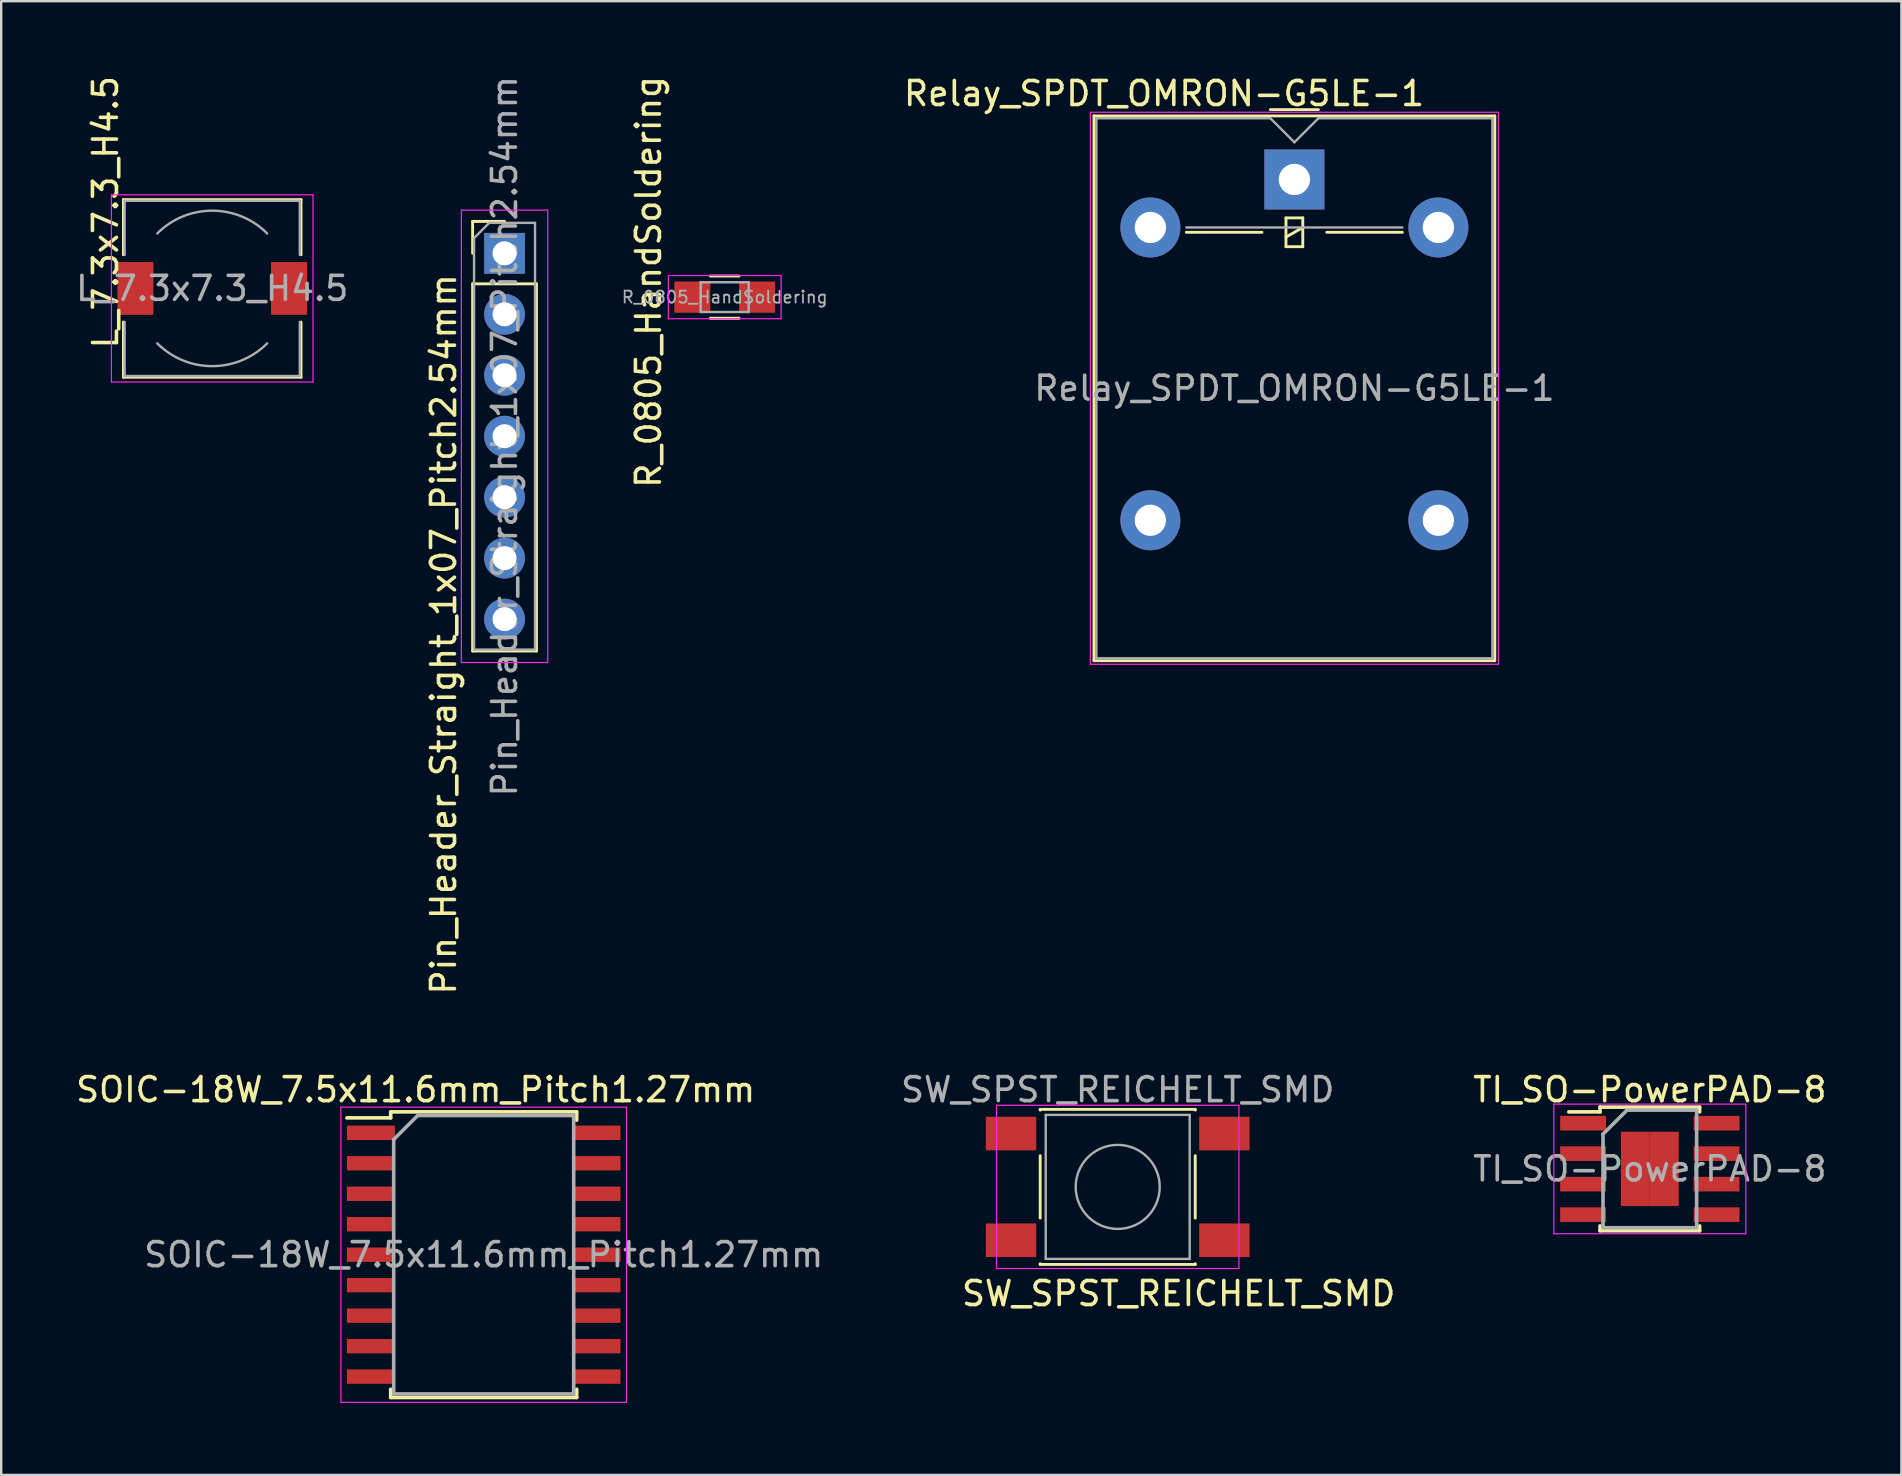
<source format=kicad_pcb>
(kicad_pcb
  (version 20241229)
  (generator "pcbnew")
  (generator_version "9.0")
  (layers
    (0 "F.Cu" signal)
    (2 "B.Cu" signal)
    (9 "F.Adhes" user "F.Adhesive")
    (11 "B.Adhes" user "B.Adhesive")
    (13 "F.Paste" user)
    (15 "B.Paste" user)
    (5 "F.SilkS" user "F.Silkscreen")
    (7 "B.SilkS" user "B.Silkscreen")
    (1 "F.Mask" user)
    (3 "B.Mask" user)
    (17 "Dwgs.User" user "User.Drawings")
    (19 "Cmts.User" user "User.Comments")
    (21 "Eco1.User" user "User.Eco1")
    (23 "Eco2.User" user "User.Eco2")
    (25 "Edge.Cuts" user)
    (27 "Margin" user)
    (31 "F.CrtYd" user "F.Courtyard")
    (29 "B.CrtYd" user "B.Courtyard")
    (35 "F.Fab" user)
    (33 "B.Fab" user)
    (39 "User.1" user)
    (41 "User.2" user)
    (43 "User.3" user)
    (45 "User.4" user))
  (footprint "SOIC-18W_7.5x11.6mm_Pitch1.27mm"
    (layer "F.Cu")
    (at 17.103 49.228)
    (property "Reference" "SOIC-18W_7.5x11.6mm_Pitch1.27mm" (at -2.835 -6.875 0) (layer "F.SilkS") (effects (font (size 1 1) (thickness 0.15))))
    (attr smd)
    (fp_line (start -3.875 -5.95) (end -3.875 -5.7) (stroke (width 0.15) (type solid)) (layer "F.SilkS"))
    (fp_line (start -3.875 -5.95) (end 3.875 -5.95) (stroke (width 0.15) (type solid)) (layer "F.SilkS"))
    (fp_line (start -3.875 -5.7) (end -5.7 -5.7) (stroke (width 0.15) (type solid)) (layer "F.SilkS"))
    (fp_line (start -3.875 5.95) (end -3.875 5.605) (stroke (width 0.15) (type solid)) (layer "F.SilkS"))
    (fp_line (start -3.875 5.95) (end 3.875 5.95) (stroke (width 0.15) (type solid)) (layer "F.SilkS"))
    (fp_line (start 3.875 -5.95) (end 3.875 -5.605) (stroke (width 0.15) (type solid)) (layer "F.SilkS"))
    (fp_line (start 3.875 5.95) (end 3.875 5.605) (stroke (width 0.15) (type solid)) (layer "F.SilkS"))
    (fp_line (start -5.95 -6.15) (end -5.95 6.15) (stroke (width 0.05) (type solid)) (layer "F.CrtYd"))
    (fp_line (start -5.95 -6.15) (end 5.95 -6.15) (stroke (width 0.05) (type solid)) (layer "F.CrtYd"))
    (fp_line (start -5.95 6.15) (end 5.95 6.15) (stroke (width 0.05) (type solid)) (layer "F.CrtYd"))
    (fp_line (start 5.95 -6.15) (end 5.95 6.15) (stroke (width 0.05) (type solid)) (layer "F.CrtYd"))
    (fp_line (start -3.75 -4.8) (end -2.75 -5.8) (stroke (width 0.15) (type solid)) (layer "F.Fab"))
    (fp_line (start -3.75 5.8) (end -3.75 -4.8) (stroke (width 0.15) (type solid)) (layer "F.Fab"))
    (fp_line (start -2.75 -5.8) (end 3.75 -5.8) (stroke (width 0.15) (type solid)) (layer "F.Fab"))
    (fp_line (start 3.75 -5.8) (end 3.75 5.8) (stroke (width 0.15) (type solid)) (layer "F.Fab"))
    (fp_line (start 3.75 5.8) (end -3.75 5.8) (stroke (width 0.15) (type solid)) (layer "F.Fab"))
    (fp_text user "${REFERENCE}" (at 0 0 0) (layer "F.Fab") (effects (font (size 1 1) (thickness 0.15))))
    (pad "1" smd rect (at -4.7 -5.08) (size 2 0.6) (layers "F.Cu" "F.Mask" "F.Paste"))
    (pad "2" smd rect (at -4.7 -3.81) (size 2 0.6) (layers "F.Cu" "F.Mask" "F.Paste"))
    (pad "3" smd rect (at -4.7 -2.54) (size 2 0.6) (layers "F.Cu" "F.Mask" "F.Paste"))
    (pad "4" smd rect (at -4.7 -1.27) (size 2 0.6) (layers "F.Cu" "F.Mask" "F.Paste"))
    (pad "5" smd rect (at -4.7 0) (size 2 0.6) (layers "F.Cu" "F.Mask" "F.Paste"))
    (pad "6" smd rect (at -4.7 1.27) (size 2 0.6) (layers "F.Cu" "F.Mask" "F.Paste"))
    (pad "7" smd rect (at -4.7 2.54) (size 2 0.6) (layers "F.Cu" "F.Mask" "F.Paste"))
    (pad "8" smd rect (at -4.7 3.81) (size 2 0.6) (layers "F.Cu" "F.Mask" "F.Paste"))
    (pad "9" smd rect (at -4.7 5.08) (size 2 0.6) (layers "F.Cu" "F.Mask" "F.Paste"))
    (pad "10" smd rect (at 4.7 5.08) (size 2 0.6) (layers "F.Cu" "F.Mask" "F.Paste"))
    (pad "11" smd rect (at 4.7 3.81) (size 2 0.6) (layers "F.Cu" "F.Mask" "F.Paste"))
    (pad "12" smd rect (at 4.7 2.54) (size 2 0.6) (layers "F.Cu" "F.Mask" "F.Paste"))
    (pad "13" smd rect (at 4.7 1.27) (size 2 0.6) (layers "F.Cu" "F.Mask" "F.Paste"))
    (pad "14" smd rect (at 4.7 0) (size 2 0.6) (layers "F.Cu" "F.Mask" "F.Paste"))
    (pad "15" smd rect (at 4.7 -1.27) (size 2 0.6) (layers "F.Cu" "F.Mask" "F.Paste"))
    (pad "16" smd rect (at 4.7 -2.54) (size 2 0.6) (layers "F.Cu" "F.Mask" "F.Paste"))
    (pad "17" smd rect (at 4.7 -3.81) (size 2 0.6) (layers "F.Cu" "F.Mask" "F.Paste"))
    (pad "18" smd rect (at 4.7 -5.08) (size 2 0.6) (layers "F.Cu" "F.Mask" "F.Paste")))
  (footprint "TI_SO-PowerPAD-8"
    (layer "F.Cu")
    (at 65.691 45.653)
    (property "Reference" "TI_SO-PowerPAD-8" (at 0 -3.3 0) (layer "F.SilkS") (effects (font (size 1 1) (thickness 0.15))))
    (attr smd)
    (fp_line (start -2.075 -2.575) (end -2.075 -2.375) (stroke (width 0.15) (type solid)) (layer "F.SilkS"))
    (fp_line (start -2.075 -2.575) (end 2.075 -2.575) (stroke (width 0.15) (type solid)) (layer "F.SilkS"))
    (fp_line (start -2.075 -2.375) (end -3.375 -2.375) (stroke (width 0.15) (type solid)) (layer "F.SilkS"))
    (fp_line (start -2.075 2.575) (end -2.075 2.375) (stroke (width 0.15) (type solid)) (layer "F.SilkS"))
    (fp_line (start -2.075 2.575) (end 2.075 2.575) (stroke (width 0.15) (type solid)) (layer "F.SilkS"))
    (fp_line (start 2.075 -2.575) (end 2.075 -2.375) (stroke (width 0.15) (type solid)) (layer "F.SilkS"))
    (fp_line (start 2.075 2.575) (end 2.075 2.375) (stroke (width 0.15) (type solid)) (layer "F.SilkS"))
    (fp_line (start -4 -2.7) (end -4 2.7) (stroke (width 0.05) (type solid)) (layer "F.CrtYd"))
    (fp_line (start -4 -2.7) (end 4 -2.7) (stroke (width 0.05) (type solid)) (layer "F.CrtYd"))
    (fp_line (start -4 2.7) (end 4 2.7) (stroke (width 0.05) (type solid)) (layer "F.CrtYd"))
    (fp_line (start 4 -2.7) (end 4 2.7) (stroke (width 0.05) (type solid)) (layer "F.CrtYd"))
    (fp_line (start -1.95 -1.45) (end -0.95 -2.45) (stroke (width 0.15) (type solid)) (layer "F.Fab"))
    (fp_line (start -1.95 2.45) (end -1.95 -1.45) (stroke (width 0.15) (type solid)) (layer "F.Fab"))
    (fp_line (start -0.95 -2.45) (end 1.95 -2.45) (stroke (width 0.15) (type solid)) (layer "F.Fab"))
    (fp_line (start 1.95 -2.45) (end 1.95 2.45) (stroke (width 0.15) (type solid)) (layer "F.Fab"))
    (fp_line (start 1.95 2.45) (end -1.95 2.45) (stroke (width 0.15) (type solid)) (layer "F.Fab"))
    (fp_text user "${REFERENCE}" (at 0 0 0) (layer "F.Fab") (effects (font (size 1 1) (thickness 0.15))))
    (pad "1" smd rect (at -2.78 -1.905) (size 1.91 0.61) (layers "F.Cu" "F.Mask" "F.Paste"))
    (pad "2" smd rect (at -2.78 -0.635) (size 1.91 0.61) (layers "F.Cu" "F.Mask" "F.Paste"))
    (pad "3" smd rect (at -2.78 0.635) (size 1.91 0.61) (layers "F.Cu" "F.Mask" "F.Paste"))
    (pad "4" smd rect (at -2.78 1.905) (size 1.91 0.61) (layers "F.Cu" "F.Mask" "F.Paste"))
    (pad "5" smd rect (at 2.78 1.905) (size 1.91 0.61) (layers "F.Cu" "F.Mask" "F.Paste"))
    (pad "6" smd rect (at 2.78 0.635) (size 1.91 0.61) (layers "F.Cu" "F.Mask" "F.Paste"))
    (pad "7" smd rect (at 2.78 -0.635) (size 1.91 0.61) (layers "F.Cu" "F.Mask" "F.Paste"))
    (pad "8" smd rect (at 2.78 -1.905) (size 1.91 0.61) (layers "F.Cu" "F.Mask" "F.Paste"))
    (pad "9" smd rect (at -0.603 -0.775) (size 1.205 1.55) (layers "F.Cu" "F.Mask" "F.Paste"))
    (pad "9" smd rect (at -0.603 0.775) (size 1.205 1.55) (layers "F.Cu" "F.Mask" "F.Paste"))
    (pad "9" smd rect (at 0.603 -0.775) (size 1.205 1.55) (layers "F.Cu" "F.Mask" "F.Paste"))
    (pad "9" smd rect (at 0.603 0.775) (size 1.205 1.55) (layers "F.Cu" "F.Mask" "F.Paste")))
  (footprint "Relay_SPDT_OMRON-G5LE-1"
    (layer "F.Cu")
    (at 50.881 4.428)
    (property "Reference" "Relay_SPDT_OMRON-G5LE-1" (at -5.43 -3.58 0) (layer "F.SilkS") (effects (font (size 1 1) (thickness 0.15))))
    (attr through_hole)
    (fp_line (start -8.35 -2.65) (end -8.35 20.05) (stroke (width 0.12) (type solid)) (layer "F.SilkS"))
    (fp_line (start -8.35 20.05) (end 8.35 20.05) (stroke (width 0.12) (type solid)) (layer "F.SilkS"))
    (fp_line (start -4.5 2.2) (end -1.35 2.2) (stroke (width 0.12) (type solid)) (layer "F.SilkS"))
    (fp_line (start -1 -2.91) (end 1 -2.91) (stroke (width 0.12) (type solid)) (layer "F.SilkS"))
    (fp_line (start -0.35 1.6) (end -0.35 2.8) (stroke (width 0.12) (type solid)) (layer "F.SilkS"))
    (fp_line (start -0.35 2.4) (end 0.35 2) (stroke (width 0.12) (type solid)) (layer "F.SilkS"))
    (fp_line (start -0.35 2.8) (end 0.35 2.8) (stroke (width 0.12) (type solid)) (layer "F.SilkS"))
    (fp_line (start 0.35 1.6) (end -0.35 1.6) (stroke (width 0.12) (type solid)) (layer "F.SilkS"))
    (fp_line (start 0.35 2.8) (end 0.35 1.6) (stroke (width 0.12) (type solid)) (layer "F.SilkS"))
    (fp_line (start 1.35 2.2) (end 4.5 2.2) (stroke (width 0.12) (type solid)) (layer "F.SilkS"))
    (fp_line (start 8.35 -2.65) (end -8.35 -2.65) (stroke (width 0.12) (type solid)) (layer "F.SilkS"))
    (fp_line (start 8.35 20.05) (end 8.35 -2.65) (stroke (width 0.12) (type solid)) (layer "F.SilkS"))
    (fp_line (start -8.5 -2.8) (end -8.5 20.2) (stroke (width 0.05) (type solid)) (layer "F.CrtYd"))
    (fp_line (start -8.5 20.2) (end 8.5 20.2) (stroke (width 0.05) (type solid)) (layer "F.CrtYd"))
    (fp_line (start 8.5 -2.8) (end -8.5 -2.8) (stroke (width 0.05) (type solid)) (layer "F.CrtYd"))
    (fp_line (start 8.5 20.2) (end 8.5 -2.8) (stroke (width 0.05) (type solid)) (layer "F.CrtYd"))
    (fp_line (start -8.25 -2.55) (end -1 -2.55) (stroke (width 0.1) (type solid)) (layer "F.Fab"))
    (fp_line (start -8.25 19.95) (end -8.25 -2.55) (stroke (width 0.1) (type solid)) (layer "F.Fab"))
    (fp_line (start -4.5 2) (end 4.5 2) (stroke (width 0.1) (type solid)) (layer "F.Fab"))
    (fp_line (start -1 -2.55) (end 0 -1.55) (stroke (width 0.1) (type solid)) (layer "F.Fab"))
    (fp_line (start 0 -1.55) (end 1 -2.55) (stroke (width 0.1) (type solid)) (layer "F.Fab"))
    (fp_line (start 1 -2.55) (end 8.25 -2.55) (stroke (width 0.1) (type solid)) (layer "F.Fab"))
    (fp_line (start 8.25 -2.55) (end 8.25 19.95) (stroke (width 0.1) (type solid)) (layer "F.Fab"))
    (fp_line (start 8.25 19.95) (end -8.25 19.95) (stroke (width 0.1) (type solid)) (layer "F.Fab"))
    (fp_text user "${REFERENCE}" (at 0 8.7 0) (layer "F.Fab") (effects (font (size 1 1) (thickness 0.15))))
    (pad "1" thru_hole rect (at 0 0) (size 2.5 2.5) (drill 1.3) (layers "*.Cu" "*.Mask"))
    (pad "2" thru_hole oval (at -6 2) (size 2.5 2.5) (drill 1.3) (layers "*.Cu" "*.Mask"))
    (pad "3" thru_hole oval (at -6 14.2) (size 2.5 2.5) (drill 1.3) (layers "*.Cu" "*.Mask"))
    (pad "4" thru_hole oval (at 6 14.2) (size 2.5 2.5) (drill 1.3) (layers "*.Cu" "*.Mask"))
    (pad "5" thru_hole oval (at 6 2) (size 2.5 2.5) (drill 1.3) (layers "*.Cu" "*.Mask")))
  (footprint "SW_SPST_REICHELT_SMD"
    (layer "F.Cu")
    (at 43.52 46.403)
    (property "Reference" "SW_SPST_REICHELT_SMD" (at 2.54 4.445 0) (layer "F.SilkS") (effects (font (size 1 1) (thickness 0.15))))
    (attr smd)
    (fp_line (start -3.23 -3.23) (end 3.23 -3.23) (stroke (width 0.12) (type solid)) (layer "F.SilkS"))
    (fp_line (start -3.23 -3.2) (end -3.23 -3.23) (stroke (width 0.12) (type solid)) (layer "F.SilkS"))
    (fp_line (start -3.23 -1.3) (end -3.23 1.3) (stroke (width 0.12) (type solid)) (layer "F.SilkS"))
    (fp_line (start -3.23 3.23) (end -3.23 3.2) (stroke (width 0.12) (type solid)) (layer "F.SilkS"))
    (fp_line (start -3.23 3.23) (end 3.23 3.23) (stroke (width 0.12) (type solid)) (layer "F.SilkS"))
    (fp_line (start 3.23 -3.23) (end 3.23 -3.2) (stroke (width 0.12) (type solid)) (layer "F.SilkS"))
    (fp_line (start 3.23 -1.3) (end 3.23 1.3) (stroke (width 0.12) (type solid)) (layer "F.SilkS"))
    (fp_line (start 3.23 3.23) (end 3.23 3.2) (stroke (width 0.12) (type solid)) (layer "F.SilkS"))
    (fp_line (start -5.05 -3.4) (end -5.05 3.4) (stroke (width 0.05) (type solid)) (layer "F.CrtYd"))
    (fp_line (start -5.05 -3.4) (end 5.05 -3.4) (stroke (width 0.05) (type solid)) (layer "F.CrtYd"))
    (fp_line (start -5.05 3.4) (end 5.05 3.4) (stroke (width 0.05) (type solid)) (layer "F.CrtYd"))
    (fp_line (start 5.05 3.4) (end 5.05 -3.4) (stroke (width 0.05) (type solid)) (layer "F.CrtYd"))
    (fp_line (start -3 -3) (end -3 3) (stroke (width 0.1) (type solid)) (layer "F.Fab"))
    (fp_line (start -3 3) (end 3 3) (stroke (width 0.1) (type solid)) (layer "F.Fab"))
    (fp_line (start 3 -3) (end -3 -3) (stroke (width 0.1) (type solid)) (layer "F.Fab"))
    (fp_line (start 3 3) (end 3 -3) (stroke (width 0.1) (type solid)) (layer "F.Fab"))
    (fp_circle (center 0 0) (end 1.75 -0.05) (stroke (width 0.1) (type solid)) (fill no) (layer "F.Fab"))
    (fp_text user "${REFERENCE}" (at 0 -4.05 0) (layer "F.Fab") (effects (font (size 1 1) (thickness 0.15))))
    (pad "1" smd rect (at -4.445 -2.223) (size 2.1 1.4) (layers "F.Cu" "F.Mask" "F.Paste"))
    (pad "1" smd rect (at 4.445 -2.223) (size 2.1 1.4) (layers "F.Cu" "F.Mask" "F.Paste"))
    (pad "2" smd rect (at -4.445 2.223) (size 2.1 1.4) (layers "F.Cu" "F.Mask" "F.Paste"))
    (pad "2" smd rect (at 4.445 2.223) (size 2.1 1.4) (layers "F.Cu" "F.Mask" "F.Paste")))
  (footprint "Pin_Header_Straight_1x07_Pitch2.54mm"
    (layer "F.Cu")
    (at 17.972 7.505)
    (property "Reference" "Pin_Header_Straight_1x07_Pitch2.54mm" (at -2.54 15.875 90) (layer "F.SilkS") (effects (font (size 1 1) (thickness 0.15))))
    (attr through_hole)
    (fp_line (start -1.33 -1.33) (end 0 -1.33) (stroke (width 0.12) (type solid)) (layer "F.SilkS"))
    (fp_line (start -1.33 0) (end -1.33 -1.33) (stroke (width 0.12) (type solid)) (layer "F.SilkS"))
    (fp_line (start -1.33 1.27) (end -1.33 16.57) (stroke (width 0.12) (type solid)) (layer "F.SilkS"))
    (fp_line (start -1.33 1.27) (end 1.33 1.27) (stroke (width 0.12) (type solid)) (layer "F.SilkS"))
    (fp_line (start -1.33 16.57) (end 1.33 16.57) (stroke (width 0.12) (type solid)) (layer "F.SilkS"))
    (fp_line (start 1.33 1.27) (end 1.33 16.57) (stroke (width 0.12) (type solid)) (layer "F.SilkS"))
    (fp_line (start -1.8 -1.8) (end -1.8 17.05) (stroke (width 0.05) (type solid)) (layer "F.CrtYd"))
    (fp_line (start -1.8 17.05) (end 1.8 17.05) (stroke (width 0.05) (type solid)) (layer "F.CrtYd"))
    (fp_line (start 1.8 -1.8) (end -1.8 -1.8) (stroke (width 0.05) (type solid)) (layer "F.CrtYd"))
    (fp_line (start 1.8 17.05) (end 1.8 -1.8) (stroke (width 0.05) (type solid)) (layer "F.CrtYd"))
    (fp_line (start -1.27 -0.635) (end -0.635 -1.27) (stroke (width 0.1) (type solid)) (layer "F.Fab"))
    (fp_line (start -1.27 16.51) (end -1.27 -0.635) (stroke (width 0.1) (type solid)) (layer "F.Fab"))
    (fp_line (start -0.635 -1.27) (end 1.27 -1.27) (stroke (width 0.1) (type solid)) (layer "F.Fab"))
    (fp_line (start 1.27 -1.27) (end 1.27 16.51) (stroke (width 0.1) (type solid)) (layer "F.Fab"))
    (fp_line (start 1.27 16.51) (end -1.27 16.51) (stroke (width 0.1) (type solid)) (layer "F.Fab"))
    (fp_text user "${REFERENCE}" (at 0 7.62 90) (layer "F.Fab") (effects (font (size 1 1) (thickness 0.15))))
    (pad "1" thru_hole rect (at 0 0) (size 1.7 1.7) (drill 1) (layers "*.Cu" "*.Mask"))
    (pad "2" thru_hole oval (at 0 2.54) (size 1.7 1.7) (drill 1) (layers "*.Cu" "*.Mask"))
    (pad "3" thru_hole oval (at 0 5.08) (size 1.7 1.7) (drill 1) (layers "*.Cu" "*.Mask"))
    (pad "4" thru_hole oval (at 0 7.62) (size 1.7 1.7) (drill 1) (layers "*.Cu" "*.Mask"))
    (pad "5" thru_hole oval (at 0 10.16) (size 1.7 1.7) (drill 1) (layers "*.Cu" "*.Mask"))
    (pad "6" thru_hole oval (at 0 12.7) (size 1.7 1.7) (drill 1) (layers "*.Cu" "*.Mask"))
    (pad "7" thru_hole oval (at 0 15.24) (size 1.7 1.7) (drill 1) (layers "*.Cu" "*.Mask")))
  (footprint "R_0805_HandSoldering"
    (layer "F.Cu")
    (at 27.145 9.331)
    (property "Reference" "R_0805_HandSoldering" (at -3.175 -0.635 270) (layer "F.SilkS") (effects (font (size 1 1) (thickness 0.15))))
    (attr smd)
    (fp_line (start -0.6 -0.88) (end 0.6 -0.88) (stroke (width 0.12) (type solid)) (layer "F.SilkS"))
    (fp_line (start 0.6 0.88) (end -0.6 0.88) (stroke (width 0.12) (type solid)) (layer "F.SilkS"))
    (fp_line (start -2.35 -0.9) (end -2.35 0.9) (stroke (width 0.05) (type solid)) (layer "F.CrtYd"))
    (fp_line (start -2.35 -0.9) (end 2.35 -0.9) (stroke (width 0.05) (type solid)) (layer "F.CrtYd"))
    (fp_line (start 2.35 0.9) (end -2.35 0.9) (stroke (width 0.05) (type solid)) (layer "F.CrtYd"))
    (fp_line (start 2.35 0.9) (end 2.35 -0.9) (stroke (width 0.05) (type solid)) (layer "F.CrtYd"))
    (fp_line (start -1 -0.62) (end 1 -0.62) (stroke (width 0.1) (type solid)) (layer "F.Fab"))
    (fp_line (start -1 0.62) (end -1 -0.62) (stroke (width 0.1) (type solid)) (layer "F.Fab"))
    (fp_line (start 1 -0.62) (end 1 0.62) (stroke (width 0.1) (type solid)) (layer "F.Fab"))
    (fp_line (start 1 0.62) (end -1 0.62) (stroke (width 0.1) (type solid)) (layer "F.Fab"))
    (fp_text user "${REFERENCE}" (at 0 0 0) (layer "F.Fab") (effects (font (size 0.5 0.5) (thickness 0.075))))
    (pad "1" smd rect (at -1.35 0) (size 1.5 1.3) (layers "F.Cu" "F.Mask" "F.Paste"))
    (pad "2" smd rect (at 1.35 0) (size 1.5 1.3) (layers "F.Cu" "F.Mask" "F.Paste")))
  (footprint "L_7.3x7.3_H4.5"
    (layer "F.Cu")
    (at 5.792 8.967)
    (property "Reference" "L_7.3x7.3_H4.5" (at -4.445 -3.175 90) (layer "F.SilkS") (effects (font (size 1 1) (thickness 0.15))))
    (attr smd)
    (fp_line (start -3.7 -3.7) (end 3.7 -3.7) (stroke (width 0.12) (type solid)) (layer "F.SilkS"))
    (fp_line (start -3.7 -1.4) (end -3.7 -3.7) (stroke (width 0.12) (type solid)) (layer "F.SilkS"))
    (fp_line (start -3.7 3.7) (end -3.7 1.4) (stroke (width 0.12) (type solid)) (layer "F.SilkS"))
    (fp_line (start 3.7 -3.7) (end 3.7 -1.4) (stroke (width 0.12) (type solid)) (layer "F.SilkS"))
    (fp_line (start 3.7 1.4) (end 3.7 3.7) (stroke (width 0.12) (type solid)) (layer "F.SilkS"))
    (fp_line (start 3.7 3.7) (end -3.7 3.7) (stroke (width 0.12) (type solid)) (layer "F.SilkS"))
    (fp_line (start -4.2 -3.9) (end -4.2 3.9) (stroke (width 0.05) (type solid)) (layer "F.CrtYd"))
    (fp_line (start -4.2 3.9) (end 4.2 3.9) (stroke (width 0.05) (type solid)) (layer "F.CrtYd"))
    (fp_line (start 4.2 -3.9) (end -4.2 -3.9) (stroke (width 0.05) (type solid)) (layer "F.CrtYd"))
    (fp_line (start 4.2 3.9) (end 4.2 -3.9) (stroke (width 0.05) (type solid)) (layer "F.CrtYd"))
    (fp_line (start -3.65 -3.65) (end -3.65 -1.4) (stroke (width 0.1) (type solid)) (layer "F.Fab"))
    (fp_line (start -3.65 -3.65) (end 3.65 -3.65) (stroke (width 0.1) (type solid)) (layer "F.Fab"))
    (fp_line (start -3.65 3.65) (end -3.65 1.4) (stroke (width 0.1) (type solid)) (layer "F.Fab"))
    (fp_line (start 3.65 -3.65) (end 3.65 -1.4) (stroke (width 0.1) (type solid)) (layer "F.Fab"))
    (fp_line (start 3.65 3.65) (end -3.65 3.65) (stroke (width 0.1) (type solid)) (layer "F.Fab"))
    (fp_line (start 3.65 3.65) (end 3.65 1.4) (stroke (width 0.1) (type solid)) (layer "F.Fab"))
    (fp_arc (start -2.29 -2.29) (mid 0 -3.238549) (end 2.29 -2.29) (stroke (width 0.1) (type solid)) (layer "F.Fab"))
    (fp_arc (start 2.29 2.29) (mid 0 3.238549) (end -2.29 2.29) (stroke (width 0.1) (type solid)) (layer "F.Fab"))
    (fp_text user "${REFERENCE}" (at 0 0 0) (layer "F.Fab") (effects (font (size 1 1) (thickness 0.15))))
    (pad "1" smd rect (at -3.2 0) (size 1.5 2.2) (layers "F.Cu" "F.Mask" "F.Paste"))
    (pad "2" smd rect (at 3.2 0) (size 1.5 2.2) (layers "F.Cu" "F.Mask" "F.Paste")))
  (gr_rect
    (start -3 -3)
    (end 76.173 58.403)
    (stroke (width 0.1) (type default))
    (fill no)
    (layer "Edge.Cuts")))
</source>
